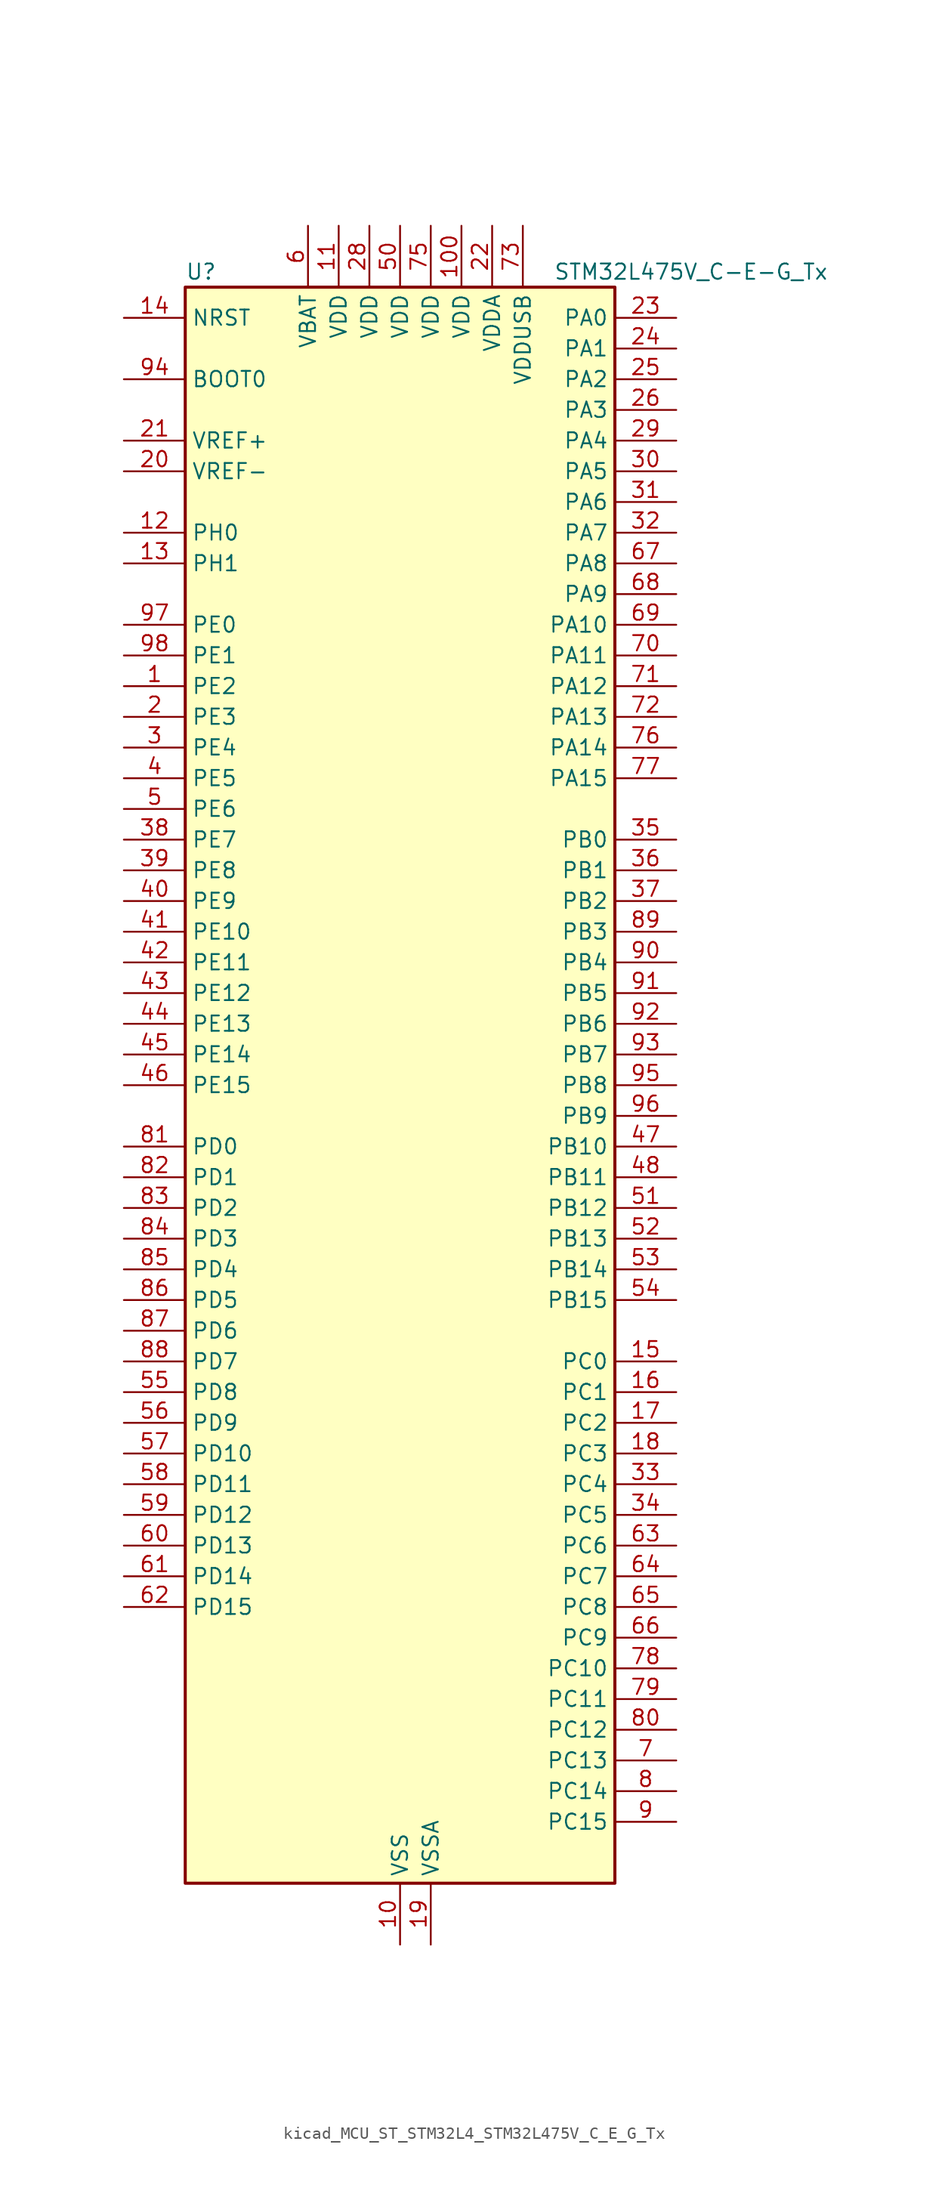
<source format=kicad_sym>
(kicad_symbol_lib
  (version 20220914)
  (generator kicad_symbol_editor)
  (symbol "kicad_MCU_ST_STM32L4_STM32L475V_C_E_G_Tx"
    (property "Reference" "U"
      (at -17.78 67.31 0)
      (effects (font (size 1.27 1.27)) (justify left)))
    (property "Value" "STM32L475V_C-E-G_Tx"
      (at 12.7 67.31 0)
      (effects (font (size 1.27 1.27)) (justify left)))
    (property "ki_locked" ""
      (at 0 0 0)
      (effects (font (size 1.27 1.27))))
    (symbol "kicad_MCU_ST_STM32L4_STM32L475V_C_E_G_Tx_0_1"
      (rectangle (start -17.78 -66.04) (end 17.78 66.04) (stroke (width 0.254) (type default)) (fill (type background))))
    (symbol "kicad_MCU_ST_STM32L4_STM32L475V_C_E_G_Tx_1_1"
      (pin bidirectional line (at -22.86 33.02 0) (length 5.08) (name "PE2" (effects (font (size 1.27 1.27)))) (number "1" (effects (font (size 1.27 1.27)))) (alternate "FMC_A23" bidirectional line) (alternate "SAI1_MCLK_A" bidirectional line) (alternate "SYS_TRACECLK" bidirectional line) (alternate "TIM3_ETR" bidirectional line) (alternate "TSC_G7_IO1" bidirectional line))
      (pin power_in line (at 0 -71.12 90) (length 5.08) (name "VSS" (effects (font (size 1.27 1.27)))) (number "10" (effects (font (size 1.27 1.27)))))
      (pin power_in line (at 5.08 71.12 270) (length 5.08) (name "VDD" (effects (font (size 1.27 1.27)))) (number "100" (effects (font (size 1.27 1.27)))))
      (pin power_in line (at -5.08 71.12 270) (length 5.08) (name "VDD" (effects (font (size 1.27 1.27)))) (number "11" (effects (font (size 1.27 1.27)))))
      (pin bidirectional line (at -22.86 45.72 0) (length 5.08) (name "PH0" (effects (font (size 1.27 1.27)))) (number "12" (effects (font (size 1.27 1.27)))) (alternate "RCC_OSC_IN" bidirectional line))
      (pin bidirectional line (at -22.86 43.18 0) (length 5.08) (name "PH1" (effects (font (size 1.27 1.27)))) (number "13" (effects (font (size 1.27 1.27)))) (alternate "RCC_OSC_OUT" bidirectional line))
      (pin input line (at -22.86 63.5 0) (length 5.08) (name "NRST" (effects (font (size 1.27 1.27)))) (number "14" (effects (font (size 1.27 1.27)))))
      (pin bidirectional line (at 22.86 -22.86 180) (length 5.08) (name "PC0" (effects (font (size 1.27 1.27)))) (number "15" (effects (font (size 1.27 1.27)))) (alternate "ADC1_IN1" bidirectional line) (alternate "ADC2_IN1" bidirectional line) (alternate "ADC3_IN1" bidirectional line) (alternate "DFSDM1_DATIN4" bidirectional line) (alternate "I2C3_SCL" bidirectional line) (alternate "LPTIM1_IN1" bidirectional line) (alternate "LPTIM2_IN1" bidirectional line) (alternate "LPUART1_RX" bidirectional line))
      (pin bidirectional line (at 22.86 -25.4 180) (length 5.08) (name "PC1" (effects (font (size 1.27 1.27)))) (number "16" (effects (font (size 1.27 1.27)))) (alternate "ADC1_IN2" bidirectional line) (alternate "ADC2_IN2" bidirectional line) (alternate "ADC3_IN2" bidirectional line) (alternate "DFSDM1_CKIN4" bidirectional line) (alternate "I2C3_SDA" bidirectional line) (alternate "LPTIM1_OUT" bidirectional line) (alternate "LPUART1_TX" bidirectional line))
      (pin bidirectional line (at 22.86 -27.94 180) (length 5.08) (name "PC2" (effects (font (size 1.27 1.27)))) (number "17" (effects (font (size 1.27 1.27)))) (alternate "ADC1_IN3" bidirectional line) (alternate "ADC2_IN3" bidirectional line) (alternate "ADC3_IN3" bidirectional line) (alternate "DFSDM1_CKOUT" bidirectional line) (alternate "LPTIM1_IN2" bidirectional line) (alternate "SPI2_MISO" bidirectional line))
      (pin bidirectional line (at 22.86 -30.48 180) (length 5.08) (name "PC3" (effects (font (size 1.27 1.27)))) (number "18" (effects (font (size 1.27 1.27)))) (alternate "ADC1_IN4" bidirectional line) (alternate "ADC2_IN4" bidirectional line) (alternate "ADC3_IN4" bidirectional line) (alternate "LPTIM1_ETR" bidirectional line) (alternate "LPTIM2_ETR" bidirectional line) (alternate "SAI1_SD_A" bidirectional line) (alternate "SPI2_MOSI" bidirectional line))
      (pin power_in line (at 2.54 -71.12 90) (length 5.08) (name "VSSA" (effects (font (size 1.27 1.27)))) (number "19" (effects (font (size 1.27 1.27)))))
      (pin bidirectional line (at -22.86 30.48 0) (length 5.08) (name "PE3" (effects (font (size 1.27 1.27)))) (number "2" (effects (font (size 1.27 1.27)))) (alternate "FMC_A19" bidirectional line) (alternate "SAI1_SD_B" bidirectional line) (alternate "SYS_TRACED0" bidirectional line) (alternate "TIM3_CH1" bidirectional line) (alternate "TSC_G7_IO2" bidirectional line))
      (pin input line (at -22.86 50.8 0) (length 5.08) (name "VREF-" (effects (font (size 1.27 1.27)))) (number "20" (effects (font (size 1.27 1.27)))))
      (pin input line (at -22.86 53.34 0) (length 5.08) (name "VREF+" (effects (font (size 1.27 1.27)))) (number "21" (effects (font (size 1.27 1.27)))) (alternate "VREFBUF_OUT" bidirectional line))
      (pin power_in line (at 7.62 71.12 270) (length 5.08) (name "VDDA" (effects (font (size 1.27 1.27)))) (number "22" (effects (font (size 1.27 1.27)))))
      (pin bidirectional line (at 22.86 63.5 180) (length 5.08) (name "PA0" (effects (font (size 1.27 1.27)))) (number "23" (effects (font (size 1.27 1.27)))) (alternate "ADC1_IN5" bidirectional line) (alternate "ADC2_IN5" bidirectional line) (alternate "OPAMP1_VINP" bidirectional line) (alternate "RTC_TAMP2" bidirectional line) (alternate "SAI1_EXTCLK" bidirectional line) (alternate "SYS_WKUP1" bidirectional line) (alternate "TIM2_CH1" bidirectional line) (alternate "TIM2_ETR" bidirectional line) (alternate "TIM5_CH1" bidirectional line) (alternate "TIM8_ETR" bidirectional line) (alternate "UART4_TX" bidirectional line) (alternate "USART2_CTS" bidirectional line))
      (pin bidirectional line (at 22.86 60.96 180) (length 5.08) (name "PA1" (effects (font (size 1.27 1.27)))) (number "24" (effects (font (size 1.27 1.27)))) (alternate "ADC1_IN6" bidirectional line) (alternate "ADC2_IN6" bidirectional line) (alternate "OPAMP1_VINM" bidirectional line) (alternate "TIM15_CH1N" bidirectional line) (alternate "TIM2_CH2" bidirectional line) (alternate "TIM5_CH2" bidirectional line) (alternate "UART4_RX" bidirectional line) (alternate "USART2_DE" bidirectional line) (alternate "USART2_RTS" bidirectional line))
      (pin bidirectional line (at 22.86 58.42 180) (length 5.08) (name "PA2" (effects (font (size 1.27 1.27)))) (number "25" (effects (font (size 1.27 1.27)))) (alternate "ADC1_IN7" bidirectional line) (alternate "ADC2_IN7" bidirectional line) (alternate "RCC_LSCO" bidirectional line) (alternate "SAI2_EXTCLK" bidirectional line) (alternate "SYS_WKUP4" bidirectional line) (alternate "TIM15_CH1" bidirectional line) (alternate "TIM2_CH3" bidirectional line) (alternate "TIM5_CH3" bidirectional line) (alternate "USART2_TX" bidirectional line))
      (pin bidirectional line (at 22.86 55.88 180) (length 5.08) (name "PA3" (effects (font (size 1.27 1.27)))) (number "26" (effects (font (size 1.27 1.27)))) (alternate "ADC1_IN8" bidirectional line) (alternate "ADC2_IN8" bidirectional line) (alternate "OPAMP1_VOUT" bidirectional line) (alternate "TIM15_CH2" bidirectional line) (alternate "TIM2_CH4" bidirectional line) (alternate "TIM5_CH4" bidirectional line) (alternate "USART2_RX" bidirectional line))
      (pin passive line (at 0 -71.12 90) (length 5.08) hide (name "VSS" (effects (font (size 1.27 1.27)))) (number "27" (effects (font (size 1.27 1.27)))))
      (pin power_in line (at -2.54 71.12 270) (length 5.08) (name "VDD" (effects (font (size 1.27 1.27)))) (number "28" (effects (font (size 1.27 1.27)))))
      (pin bidirectional line (at 22.86 53.34 180) (length 5.08) (name "PA4" (effects (font (size 1.27 1.27)))) (number "29" (effects (font (size 1.27 1.27)))) (alternate "ADC1_IN9" bidirectional line) (alternate "ADC2_IN9" bidirectional line) (alternate "DAC1_OUT1" bidirectional line) (alternate "LPTIM2_OUT" bidirectional line) (alternate "SAI1_FS_B" bidirectional line) (alternate "SPI1_NSS" bidirectional line) (alternate "SPI3_NSS" bidirectional line) (alternate "USART2_CK" bidirectional line))
      (pin bidirectional line (at -22.86 27.94 0) (length 5.08) (name "PE4" (effects (font (size 1.27 1.27)))) (number "3" (effects (font (size 1.27 1.27)))) (alternate "DFSDM1_DATIN3" bidirectional line) (alternate "FMC_A20" bidirectional line) (alternate "SAI1_FS_A" bidirectional line) (alternate "SYS_TRACED1" bidirectional line) (alternate "TIM3_CH2" bidirectional line) (alternate "TSC_G7_IO3" bidirectional line))
      (pin bidirectional line (at 22.86 50.8 180) (length 5.08) (name "PA5" (effects (font (size 1.27 1.27)))) (number "30" (effects (font (size 1.27 1.27)))) (alternate "ADC1_IN10" bidirectional line) (alternate "ADC2_IN10" bidirectional line) (alternate "DAC1_OUT2" bidirectional line) (alternate "LPTIM2_ETR" bidirectional line) (alternate "SPI1_SCK" bidirectional line) (alternate "TIM2_CH1" bidirectional line) (alternate "TIM2_ETR" bidirectional line) (alternate "TIM8_CH1N" bidirectional line))
      (pin bidirectional line (at 22.86 48.26 180) (length 5.08) (name "PA6" (effects (font (size 1.27 1.27)))) (number "31" (effects (font (size 1.27 1.27)))) (alternate "ADC1_IN11" bidirectional line) (alternate "ADC2_IN11" bidirectional line) (alternate "OPAMP2_VINP" bidirectional line) (alternate "QUADSPI_BK1_IO3" bidirectional line) (alternate "SPI1_MISO" bidirectional line) (alternate "TIM16_CH1" bidirectional line) (alternate "TIM1_BKIN" bidirectional line) (alternate "TIM1_BKIN_COMP2" bidirectional line) (alternate "TIM3_CH1" bidirectional line) (alternate "TIM8_BKIN" bidirectional line) (alternate "TIM8_BKIN_COMP2" bidirectional line) (alternate "USART3_CTS" bidirectional line))
      (pin bidirectional line (at 22.86 45.72 180) (length 5.08) (name "PA7" (effects (font (size 1.27 1.27)))) (number "32" (effects (font (size 1.27 1.27)))) (alternate "ADC1_IN12" bidirectional line) (alternate "ADC2_IN12" bidirectional line) (alternate "OPAMP2_VINM" bidirectional line) (alternate "QUADSPI_BK1_IO2" bidirectional line) (alternate "SPI1_MOSI" bidirectional line) (alternate "TIM17_CH1" bidirectional line) (alternate "TIM1_CH1N" bidirectional line) (alternate "TIM3_CH2" bidirectional line) (alternate "TIM8_CH1N" bidirectional line))
      (pin bidirectional line (at 22.86 -33.02 180) (length 5.08) (name "PC4" (effects (font (size 1.27 1.27)))) (number "33" (effects (font (size 1.27 1.27)))) (alternate "ADC1_IN13" bidirectional line) (alternate "ADC2_IN13" bidirectional line) (alternate "COMP1_INM" bidirectional line) (alternate "USART3_TX" bidirectional line))
      (pin bidirectional line (at 22.86 -35.56 180) (length 5.08) (name "PC5" (effects (font (size 1.27 1.27)))) (number "34" (effects (font (size 1.27 1.27)))) (alternate "ADC1_IN14" bidirectional line) (alternate "ADC2_IN14" bidirectional line) (alternate "COMP1_INP" bidirectional line) (alternate "SYS_WKUP5" bidirectional line) (alternate "USART3_RX" bidirectional line))
      (pin bidirectional line (at 22.86 20.32 180) (length 5.08) (name "PB0" (effects (font (size 1.27 1.27)))) (number "35" (effects (font (size 1.27 1.27)))) (alternate "ADC1_IN15" bidirectional line) (alternate "ADC2_IN15" bidirectional line) (alternate "COMP1_OUT" bidirectional line) (alternate "OPAMP2_VOUT" bidirectional line) (alternate "QUADSPI_BK1_IO1" bidirectional line) (alternate "TIM1_CH2N" bidirectional line) (alternate "TIM3_CH3" bidirectional line) (alternate "TIM8_CH2N" bidirectional line) (alternate "USART3_CK" bidirectional line))
      (pin bidirectional line (at 22.86 17.78 180) (length 5.08) (name "PB1" (effects (font (size 1.27 1.27)))) (number "36" (effects (font (size 1.27 1.27)))) (alternate "ADC1_IN16" bidirectional line) (alternate "ADC2_IN16" bidirectional line) (alternate "COMP1_INM" bidirectional line) (alternate "DFSDM1_DATIN0" bidirectional line) (alternate "LPTIM2_IN1" bidirectional line) (alternate "QUADSPI_BK1_IO0" bidirectional line) (alternate "TIM1_CH3N" bidirectional line) (alternate "TIM3_CH4" bidirectional line) (alternate "TIM8_CH3N" bidirectional line) (alternate "USART3_DE" bidirectional line) (alternate "USART3_RTS" bidirectional line))
      (pin bidirectional line (at 22.86 15.24 180) (length 5.08) (name "PB2" (effects (font (size 1.27 1.27)))) (number "37" (effects (font (size 1.27 1.27)))) (alternate "COMP1_INP" bidirectional line) (alternate "DFSDM1_CKIN0" bidirectional line) (alternate "I2C3_SMBA" bidirectional line) (alternate "LPTIM1_OUT" bidirectional line) (alternate "RTC_OUT_ALARM" bidirectional line) (alternate "RTC_OUT_CALIB" bidirectional line))
      (pin bidirectional line (at -22.86 20.32 0) (length 5.08) (name "PE7" (effects (font (size 1.27 1.27)))) (number "38" (effects (font (size 1.27 1.27)))) (alternate "DFSDM1_DATIN2" bidirectional line) (alternate "FMC_D4" bidirectional line) (alternate "FMC_DA4" bidirectional line) (alternate "SAI1_SD_B" bidirectional line) (alternate "TIM1_ETR" bidirectional line))
      (pin bidirectional line (at -22.86 17.78 0) (length 5.08) (name "PE8" (effects (font (size 1.27 1.27)))) (number "39" (effects (font (size 1.27 1.27)))) (alternate "DFSDM1_CKIN2" bidirectional line) (alternate "FMC_D5" bidirectional line) (alternate "FMC_DA5" bidirectional line) (alternate "SAI1_SCK_B" bidirectional line) (alternate "TIM1_CH1N" bidirectional line))
      (pin bidirectional line (at -22.86 25.4 0) (length 5.08) (name "PE5" (effects (font (size 1.27 1.27)))) (number "4" (effects (font (size 1.27 1.27)))) (alternate "DFSDM1_CKIN3" bidirectional line) (alternate "FMC_A21" bidirectional line) (alternate "SAI1_SCK_A" bidirectional line) (alternate "SYS_TRACED2" bidirectional line) (alternate "TIM3_CH3" bidirectional line) (alternate "TSC_G7_IO4" bidirectional line))
      (pin bidirectional line (at -22.86 15.24 0) (length 5.08) (name "PE9" (effects (font (size 1.27 1.27)))) (number "40" (effects (font (size 1.27 1.27)))) (alternate "DAC1_EXTI9" bidirectional line) (alternate "DFSDM1_CKOUT" bidirectional line) (alternate "FMC_D6" bidirectional line) (alternate "FMC_DA6" bidirectional line) (alternate "SAI1_FS_B" bidirectional line) (alternate "TIM1_CH1" bidirectional line))
      (pin bidirectional line (at -22.86 12.7 0) (length 5.08) (name "PE10" (effects (font (size 1.27 1.27)))) (number "41" (effects (font (size 1.27 1.27)))) (alternate "DFSDM1_DATIN4" bidirectional line) (alternate "FMC_D7" bidirectional line) (alternate "FMC_DA7" bidirectional line) (alternate "QUADSPI_CLK" bidirectional line) (alternate "SAI1_MCLK_B" bidirectional line) (alternate "TIM1_CH2N" bidirectional line) (alternate "TSC_G5_IO1" bidirectional line))
      (pin bidirectional line (at -22.86 10.16 0) (length 5.08) (name "PE11" (effects (font (size 1.27 1.27)))) (number "42" (effects (font (size 1.27 1.27)))) (alternate "ADC1_EXTI11" bidirectional line) (alternate "ADC2_EXTI11" bidirectional line) (alternate "ADC3_EXTI11" bidirectional line) (alternate "DFSDM1_CKIN4" bidirectional line) (alternate "FMC_D8" bidirectional line) (alternate "FMC_DA8" bidirectional line) (alternate "QUADSPI_NCS" bidirectional line) (alternate "TIM1_CH2" bidirectional line) (alternate "TSC_G5_IO2" bidirectional line))
      (pin bidirectional line (at -22.86 7.62 0) (length 5.08) (name "PE12" (effects (font (size 1.27 1.27)))) (number "43" (effects (font (size 1.27 1.27)))) (alternate "DFSDM1_DATIN5" bidirectional line) (alternate "FMC_D9" bidirectional line) (alternate "FMC_DA9" bidirectional line) (alternate "QUADSPI_BK1_IO0" bidirectional line) (alternate "SPI1_NSS" bidirectional line) (alternate "TIM1_CH3N" bidirectional line) (alternate "TSC_G5_IO3" bidirectional line))
      (pin bidirectional line (at -22.86 5.08 0) (length 5.08) (name "PE13" (effects (font (size 1.27 1.27)))) (number "44" (effects (font (size 1.27 1.27)))) (alternate "DFSDM1_CKIN5" bidirectional line) (alternate "FMC_D10" bidirectional line) (alternate "FMC_DA10" bidirectional line) (alternate "QUADSPI_BK1_IO1" bidirectional line) (alternate "SPI1_SCK" bidirectional line) (alternate "TIM1_CH3" bidirectional line) (alternate "TSC_G5_IO4" bidirectional line))
      (pin bidirectional line (at -22.86 2.54 0) (length 5.08) (name "PE14" (effects (font (size 1.27 1.27)))) (number "45" (effects (font (size 1.27 1.27)))) (alternate "FMC_D11" bidirectional line) (alternate "FMC_DA11" bidirectional line) (alternate "QUADSPI_BK1_IO2" bidirectional line) (alternate "SPI1_MISO" bidirectional line) (alternate "TIM1_BKIN2" bidirectional line) (alternate "TIM1_BKIN2_COMP2" bidirectional line) (alternate "TIM1_CH4" bidirectional line))
      (pin bidirectional line (at -22.86 0 0) (length 5.08) (name "PE15" (effects (font (size 1.27 1.27)))) (number "46" (effects (font (size 1.27 1.27)))) (alternate "ADC1_EXTI15" bidirectional line) (alternate "ADC2_EXTI15" bidirectional line) (alternate "ADC3_EXTI15" bidirectional line) (alternate "FMC_D12" bidirectional line) (alternate "FMC_DA12" bidirectional line) (alternate "QUADSPI_BK1_IO3" bidirectional line) (alternate "SPI1_MOSI" bidirectional line) (alternate "TIM1_BKIN" bidirectional line) (alternate "TIM1_BKIN_COMP1" bidirectional line))
      (pin bidirectional line (at 22.86 -5.08 180) (length 5.08) (name "PB10" (effects (font (size 1.27 1.27)))) (number "47" (effects (font (size 1.27 1.27)))) (alternate "COMP1_OUT" bidirectional line) (alternate "DFSDM1_DATIN7" bidirectional line) (alternate "I2C2_SCL" bidirectional line) (alternate "LPUART1_RX" bidirectional line) (alternate "QUADSPI_CLK" bidirectional line) (alternate "SAI1_SCK_A" bidirectional line) (alternate "SPI2_SCK" bidirectional line) (alternate "TIM2_CH3" bidirectional line) (alternate "USART3_TX" bidirectional line))
      (pin bidirectional line (at 22.86 -7.62 180) (length 5.08) (name "PB11" (effects (font (size 1.27 1.27)))) (number "48" (effects (font (size 1.27 1.27)))) (alternate "ADC1_EXTI11" bidirectional line) (alternate "ADC2_EXTI11" bidirectional line) (alternate "ADC3_EXTI11" bidirectional line) (alternate "COMP2_OUT" bidirectional line) (alternate "DFSDM1_CKIN7" bidirectional line) (alternate "I2C2_SDA" bidirectional line) (alternate "LPUART1_TX" bidirectional line) (alternate "QUADSPI_NCS" bidirectional line) (alternate "TIM2_CH4" bidirectional line) (alternate "USART3_RX" bidirectional line))
      (pin passive line (at 0 -71.12 90) (length 5.08) hide (name "VSS" (effects (font (size 1.27 1.27)))) (number "49" (effects (font (size 1.27 1.27)))))
      (pin bidirectional line (at -22.86 22.86 0) (length 5.08) (name "PE6" (effects (font (size 1.27 1.27)))) (number "5" (effects (font (size 1.27 1.27)))) (alternate "FMC_A22" bidirectional line) (alternate "RTC_TAMP3" bidirectional line) (alternate "SAI1_SD_A" bidirectional line) (alternate "SYS_TRACED3" bidirectional line) (alternate "SYS_WKUP3" bidirectional line) (alternate "TIM3_CH4" bidirectional line))
      (pin power_in line (at 0 71.12 270) (length 5.08) (name "VDD" (effects (font (size 1.27 1.27)))) (number "50" (effects (font (size 1.27 1.27)))))
      (pin bidirectional line (at 22.86 -10.16 180) (length 5.08) (name "PB12" (effects (font (size 1.27 1.27)))) (number "51" (effects (font (size 1.27 1.27)))) (alternate "DFSDM1_DATIN1" bidirectional line) (alternate "I2C2_SMBA" bidirectional line) (alternate "LPUART1_DE" bidirectional line) (alternate "LPUART1_RTS" bidirectional line) (alternate "SAI2_FS_A" bidirectional line) (alternate "SPI2_NSS" bidirectional line) (alternate "SWPMI1_IO" bidirectional line) (alternate "TIM15_BKIN" bidirectional line) (alternate "TIM1_BKIN" bidirectional line) (alternate "TIM1_BKIN_COMP2" bidirectional line) (alternate "TSC_G1_IO1" bidirectional line) (alternate "USART3_CK" bidirectional line))
      (pin bidirectional line (at 22.86 -12.7 180) (length 5.08) (name "PB13" (effects (font (size 1.27 1.27)))) (number "52" (effects (font (size 1.27 1.27)))) (alternate "DFSDM1_CKIN1" bidirectional line) (alternate "I2C2_SCL" bidirectional line) (alternate "LPUART1_CTS" bidirectional line) (alternate "SAI2_SCK_A" bidirectional line) (alternate "SPI2_SCK" bidirectional line) (alternate "SWPMI1_TX" bidirectional line) (alternate "TIM15_CH1N" bidirectional line) (alternate "TIM1_CH1N" bidirectional line) (alternate "TSC_G1_IO2" bidirectional line) (alternate "USART3_CTS" bidirectional line))
      (pin bidirectional line (at 22.86 -15.24 180) (length 5.08) (name "PB14" (effects (font (size 1.27 1.27)))) (number "53" (effects (font (size 1.27 1.27)))) (alternate "DFSDM1_DATIN2" bidirectional line) (alternate "I2C2_SDA" bidirectional line) (alternate "SAI2_MCLK_A" bidirectional line) (alternate "SPI2_MISO" bidirectional line) (alternate "SWPMI1_RX" bidirectional line) (alternate "TIM15_CH1" bidirectional line) (alternate "TIM1_CH2N" bidirectional line) (alternate "TIM8_CH2N" bidirectional line) (alternate "TSC_G1_IO3" bidirectional line) (alternate "USART3_DE" bidirectional line) (alternate "USART3_RTS" bidirectional line))
      (pin bidirectional line (at 22.86 -17.78 180) (length 5.08) (name "PB15" (effects (font (size 1.27 1.27)))) (number "54" (effects (font (size 1.27 1.27)))) (alternate "ADC1_EXTI15" bidirectional line) (alternate "ADC2_EXTI15" bidirectional line) (alternate "ADC3_EXTI15" bidirectional line) (alternate "DFSDM1_CKIN2" bidirectional line) (alternate "RTC_REFIN" bidirectional line) (alternate "SAI2_SD_A" bidirectional line) (alternate "SPI2_MOSI" bidirectional line) (alternate "SWPMI1_SUSPEND" bidirectional line) (alternate "TIM15_CH2" bidirectional line) (alternate "TIM1_CH3N" bidirectional line) (alternate "TIM8_CH3N" bidirectional line) (alternate "TSC_G1_IO4" bidirectional line))
      (pin bidirectional line (at -22.86 -25.4 0) (length 5.08) (name "PD8" (effects (font (size 1.27 1.27)))) (number "55" (effects (font (size 1.27 1.27)))) (alternate "FMC_D13" bidirectional line) (alternate "FMC_DA13" bidirectional line) (alternate "USART3_TX" bidirectional line))
      (pin bidirectional line (at -22.86 -27.94 0) (length 5.08) (name "PD9" (effects (font (size 1.27 1.27)))) (number "56" (effects (font (size 1.27 1.27)))) (alternate "DAC1_EXTI9" bidirectional line) (alternate "FMC_D14" bidirectional line) (alternate "FMC_DA14" bidirectional line) (alternate "SAI2_MCLK_A" bidirectional line) (alternate "USART3_RX" bidirectional line))
      (pin bidirectional line (at -22.86 -30.48 0) (length 5.08) (name "PD10" (effects (font (size 1.27 1.27)))) (number "57" (effects (font (size 1.27 1.27)))) (alternate "FMC_D15" bidirectional line) (alternate "FMC_DA15" bidirectional line) (alternate "SAI2_SCK_A" bidirectional line) (alternate "TSC_G6_IO1" bidirectional line) (alternate "USART3_CK" bidirectional line))
      (pin bidirectional line (at -22.86 -33.02 0) (length 5.08) (name "PD11" (effects (font (size 1.27 1.27)))) (number "58" (effects (font (size 1.27 1.27)))) (alternate "ADC1_EXTI11" bidirectional line) (alternate "ADC2_EXTI11" bidirectional line) (alternate "ADC3_EXTI11" bidirectional line) (alternate "FMC_A16" bidirectional line) (alternate "FMC_CLE" bidirectional line) (alternate "LPTIM2_ETR" bidirectional line) (alternate "SAI2_SD_A" bidirectional line) (alternate "TSC_G6_IO2" bidirectional line) (alternate "USART3_CTS" bidirectional line))
      (pin bidirectional line (at -22.86 -35.56 0) (length 5.08) (name "PD12" (effects (font (size 1.27 1.27)))) (number "59" (effects (font (size 1.27 1.27)))) (alternate "FMC_A17" bidirectional line) (alternate "FMC_ALE" bidirectional line) (alternate "LPTIM2_IN1" bidirectional line) (alternate "SAI2_FS_A" bidirectional line) (alternate "TIM4_CH1" bidirectional line) (alternate "TSC_G6_IO3" bidirectional line) (alternate "USART3_DE" bidirectional line) (alternate "USART3_RTS" bidirectional line))
      (pin power_in line (at -7.62 71.12 270) (length 5.08) (name "VBAT" (effects (font (size 1.27 1.27)))) (number "6" (effects (font (size 1.27 1.27)))))
      (pin bidirectional line (at -22.86 -38.1 0) (length 5.08) (name "PD13" (effects (font (size 1.27 1.27)))) (number "60" (effects (font (size 1.27 1.27)))) (alternate "FMC_A18" bidirectional line) (alternate "LPTIM2_OUT" bidirectional line) (alternate "TIM4_CH2" bidirectional line) (alternate "TSC_G6_IO4" bidirectional line))
      (pin bidirectional line (at -22.86 -40.64 0) (length 5.08) (name "PD14" (effects (font (size 1.27 1.27)))) (number "61" (effects (font (size 1.27 1.27)))) (alternate "FMC_D0" bidirectional line) (alternate "FMC_DA0" bidirectional line) (alternate "TIM4_CH3" bidirectional line))
      (pin bidirectional line (at -22.86 -43.18 0) (length 5.08) (name "PD15" (effects (font (size 1.27 1.27)))) (number "62" (effects (font (size 1.27 1.27)))) (alternate "ADC1_EXTI15" bidirectional line) (alternate "ADC2_EXTI15" bidirectional line) (alternate "ADC3_EXTI15" bidirectional line) (alternate "FMC_D1" bidirectional line) (alternate "FMC_DA1" bidirectional line) (alternate "TIM4_CH4" bidirectional line))
      (pin bidirectional line (at 22.86 -38.1 180) (length 5.08) (name "PC6" (effects (font (size 1.27 1.27)))) (number "63" (effects (font (size 1.27 1.27)))) (alternate "DFSDM1_CKIN3" bidirectional line) (alternate "SAI2_MCLK_A" bidirectional line) (alternate "SDMMC1_D6" bidirectional line) (alternate "TIM3_CH1" bidirectional line) (alternate "TIM8_CH1" bidirectional line) (alternate "TSC_G4_IO1" bidirectional line))
      (pin bidirectional line (at 22.86 -40.64 180) (length 5.08) (name "PC7" (effects (font (size 1.27 1.27)))) (number "64" (effects (font (size 1.27 1.27)))) (alternate "DFSDM1_DATIN3" bidirectional line) (alternate "SAI2_MCLK_B" bidirectional line) (alternate "SDMMC1_D7" bidirectional line) (alternate "TIM3_CH2" bidirectional line) (alternate "TIM8_CH2" bidirectional line) (alternate "TSC_G4_IO2" bidirectional line))
      (pin bidirectional line (at 22.86 -43.18 180) (length 5.08) (name "PC8" (effects (font (size 1.27 1.27)))) (number "65" (effects (font (size 1.27 1.27)))) (alternate "SDMMC1_D0" bidirectional line) (alternate "TIM3_CH3" bidirectional line) (alternate "TIM8_CH3" bidirectional line) (alternate "TSC_G4_IO3" bidirectional line))
      (pin bidirectional line (at 22.86 -45.72 180) (length 5.08) (name "PC9" (effects (font (size 1.27 1.27)))) (number "66" (effects (font (size 1.27 1.27)))) (alternate "DAC1_EXTI9" bidirectional line) (alternate "SAI2_EXTCLK" bidirectional line) (alternate "SDMMC1_D1" bidirectional line) (alternate "TIM3_CH4" bidirectional line) (alternate "TIM8_BKIN2" bidirectional line) (alternate "TIM8_BKIN2_COMP1" bidirectional line) (alternate "TIM8_CH4" bidirectional line) (alternate "TSC_G4_IO4" bidirectional line) (alternate "USB_OTG_FS_NOE" bidirectional line))
      (pin bidirectional line (at 22.86 43.18 180) (length 5.08) (name "PA8" (effects (font (size 1.27 1.27)))) (number "67" (effects (font (size 1.27 1.27)))) (alternate "LPTIM2_OUT" bidirectional line) (alternate "RCC_MCO" bidirectional line) (alternate "TIM1_CH1" bidirectional line) (alternate "USART1_CK" bidirectional line) (alternate "USB_OTG_FS_SOF" bidirectional line))
      (pin bidirectional line (at 22.86 40.64 180) (length 5.08) (name "PA9" (effects (font (size 1.27 1.27)))) (number "68" (effects (font (size 1.27 1.27)))) (alternate "DAC1_EXTI9" bidirectional line) (alternate "TIM15_BKIN" bidirectional line) (alternate "TIM1_CH2" bidirectional line) (alternate "USART1_TX" bidirectional line) (alternate "USB_OTG_FS_VBUS" bidirectional line))
      (pin bidirectional line (at 22.86 38.1 180) (length 5.08) (name "PA10" (effects (font (size 1.27 1.27)))) (number "69" (effects (font (size 1.27 1.27)))) (alternate "TIM17_BKIN" bidirectional line) (alternate "TIM1_CH3" bidirectional line) (alternate "USART1_RX" bidirectional line) (alternate "USB_OTG_FS_ID" bidirectional line))
      (pin bidirectional line (at 22.86 -55.88 180) (length 5.08) (name "PC13" (effects (font (size 1.27 1.27)))) (number "7" (effects (font (size 1.27 1.27)))) (alternate "RTC_OUT_ALARM" bidirectional line) (alternate "RTC_OUT_CALIB" bidirectional line) (alternate "RTC_TAMP1" bidirectional line) (alternate "RTC_TS" bidirectional line) (alternate "SYS_WKUP2" bidirectional line))
      (pin bidirectional line (at 22.86 35.56 180) (length 5.08) (name "PA11" (effects (font (size 1.27 1.27)))) (number "70" (effects (font (size 1.27 1.27)))) (alternate "ADC1_EXTI11" bidirectional line) (alternate "ADC2_EXTI11" bidirectional line) (alternate "ADC3_EXTI11" bidirectional line) (alternate "CAN1_RX" bidirectional line) (alternate "TIM1_BKIN2" bidirectional line) (alternate "TIM1_BKIN2_COMP1" bidirectional line) (alternate "TIM1_CH4" bidirectional line) (alternate "USART1_CTS" bidirectional line) (alternate "USB_OTG_FS_DM" bidirectional line))
      (pin bidirectional line (at 22.86 33.02 180) (length 5.08) (name "PA12" (effects (font (size 1.27 1.27)))) (number "71" (effects (font (size 1.27 1.27)))) (alternate "CAN1_TX" bidirectional line) (alternate "TIM1_ETR" bidirectional line) (alternate "USART1_DE" bidirectional line) (alternate "USART1_RTS" bidirectional line) (alternate "USB_OTG_FS_DP" bidirectional line))
      (pin bidirectional line (at 22.86 30.48 180) (length 5.08) (name "PA13" (effects (font (size 1.27 1.27)))) (number "72" (effects (font (size 1.27 1.27)))) (alternate "IR_OUT" bidirectional line) (alternate "SYS_JTMS-SWDIO" bidirectional line) (alternate "USB_OTG_FS_NOE" bidirectional line))
      (pin power_in line (at 10.16 71.12 270) (length 5.08) (name "VDDUSB" (effects (font (size 1.27 1.27)))) (number "73" (effects (font (size 1.27 1.27)))))
      (pin passive line (at 0 -71.12 90) (length 5.08) hide (name "VSS" (effects (font (size 1.27 1.27)))) (number "74" (effects (font (size 1.27 1.27)))))
      (pin power_in line (at 2.54 71.12 270) (length 5.08) (name "VDD" (effects (font (size 1.27 1.27)))) (number "75" (effects (font (size 1.27 1.27)))))
      (pin bidirectional line (at 22.86 27.94 180) (length 5.08) (name "PA14" (effects (font (size 1.27 1.27)))) (number "76" (effects (font (size 1.27 1.27)))) (alternate "SYS_JTCK-SWCLK" bidirectional line))
      (pin bidirectional line (at 22.86 25.4 180) (length 5.08) (name "PA15" (effects (font (size 1.27 1.27)))) (number "77" (effects (font (size 1.27 1.27)))) (alternate "ADC1_EXTI15" bidirectional line) (alternate "ADC2_EXTI15" bidirectional line) (alternate "ADC3_EXTI15" bidirectional line) (alternate "SAI2_FS_B" bidirectional line) (alternate "SPI1_NSS" bidirectional line) (alternate "SPI3_NSS" bidirectional line) (alternate "SYS_JTDI" bidirectional line) (alternate "TIM2_CH1" bidirectional line) (alternate "TIM2_ETR" bidirectional line) (alternate "TSC_G3_IO1" bidirectional line) (alternate "UART4_DE" bidirectional line) (alternate "UART4_RTS" bidirectional line))
      (pin bidirectional line (at 22.86 -48.26 180) (length 5.08) (name "PC10" (effects (font (size 1.27 1.27)))) (number "78" (effects (font (size 1.27 1.27)))) (alternate "SAI2_SCK_B" bidirectional line) (alternate "SDMMC1_D2" bidirectional line) (alternate "SPI3_SCK" bidirectional line) (alternate "TSC_G3_IO2" bidirectional line) (alternate "UART4_TX" bidirectional line) (alternate "USART3_TX" bidirectional line))
      (pin bidirectional line (at 22.86 -50.8 180) (length 5.08) (name "PC11" (effects (font (size 1.27 1.27)))) (number "79" (effects (font (size 1.27 1.27)))) (alternate "ADC1_EXTI11" bidirectional line) (alternate "ADC2_EXTI11" bidirectional line) (alternate "ADC3_EXTI11" bidirectional line) (alternate "SAI2_MCLK_B" bidirectional line) (alternate "SDMMC1_D3" bidirectional line) (alternate "SPI3_MISO" bidirectional line) (alternate "TSC_G3_IO3" bidirectional line) (alternate "UART4_RX" bidirectional line) (alternate "USART3_RX" bidirectional line))
      (pin bidirectional line (at 22.86 -58.42 180) (length 5.08) (name "PC14" (effects (font (size 1.27 1.27)))) (number "8" (effects (font (size 1.27 1.27)))) (alternate "RCC_OSC32_IN" bidirectional line))
      (pin bidirectional line (at 22.86 -53.34 180) (length 5.08) (name "PC12" (effects (font (size 1.27 1.27)))) (number "80" (effects (font (size 1.27 1.27)))) (alternate "SAI2_SD_B" bidirectional line) (alternate "SDMMC1_CK" bidirectional line) (alternate "SPI3_MOSI" bidirectional line) (alternate "TSC_G3_IO4" bidirectional line) (alternate "UART5_TX" bidirectional line) (alternate "USART3_CK" bidirectional line))
      (pin bidirectional line (at -22.86 -5.08 0) (length 5.08) (name "PD0" (effects (font (size 1.27 1.27)))) (number "81" (effects (font (size 1.27 1.27)))) (alternate "CAN1_RX" bidirectional line) (alternate "DFSDM1_DATIN7" bidirectional line) (alternate "FMC_D2" bidirectional line) (alternate "FMC_DA2" bidirectional line) (alternate "SPI2_NSS" bidirectional line))
      (pin bidirectional line (at -22.86 -7.62 0) (length 5.08) (name "PD1" (effects (font (size 1.27 1.27)))) (number "82" (effects (font (size 1.27 1.27)))) (alternate "CAN1_TX" bidirectional line) (alternate "DFSDM1_CKIN7" bidirectional line) (alternate "FMC_D3" bidirectional line) (alternate "FMC_DA3" bidirectional line) (alternate "SPI2_SCK" bidirectional line))
      (pin bidirectional line (at -22.86 -10.16 0) (length 5.08) (name "PD2" (effects (font (size 1.27 1.27)))) (number "83" (effects (font (size 1.27 1.27)))) (alternate "SDMMC1_CMD" bidirectional line) (alternate "TIM3_ETR" bidirectional line) (alternate "TSC_SYNC" bidirectional line) (alternate "UART5_RX" bidirectional line) (alternate "USART3_DE" bidirectional line) (alternate "USART3_RTS" bidirectional line))
      (pin bidirectional line (at -22.86 -12.7 0) (length 5.08) (name "PD3" (effects (font (size 1.27 1.27)))) (number "84" (effects (font (size 1.27 1.27)))) (alternate "DFSDM1_DATIN0" bidirectional line) (alternate "FMC_CLK" bidirectional line) (alternate "SPI2_MISO" bidirectional line) (alternate "USART2_CTS" bidirectional line))
      (pin bidirectional line (at -22.86 -15.24 0) (length 5.08) (name "PD4" (effects (font (size 1.27 1.27)))) (number "85" (effects (font (size 1.27 1.27)))) (alternate "DFSDM1_CKIN0" bidirectional line) (alternate "FMC_NOE" bidirectional line) (alternate "SPI2_MOSI" bidirectional line) (alternate "USART2_DE" bidirectional line) (alternate "USART2_RTS" bidirectional line))
      (pin bidirectional line (at -22.86 -17.78 0) (length 5.08) (name "PD5" (effects (font (size 1.27 1.27)))) (number "86" (effects (font (size 1.27 1.27)))) (alternate "FMC_NWE" bidirectional line) (alternate "USART2_TX" bidirectional line))
      (pin bidirectional line (at -22.86 -20.32 0) (length 5.08) (name "PD6" (effects (font (size 1.27 1.27)))) (number "87" (effects (font (size 1.27 1.27)))) (alternate "DFSDM1_DATIN1" bidirectional line) (alternate "FMC_NWAIT" bidirectional line) (alternate "SAI1_SD_A" bidirectional line) (alternate "USART2_RX" bidirectional line))
      (pin bidirectional line (at -22.86 -22.86 0) (length 5.08) (name "PD7" (effects (font (size 1.27 1.27)))) (number "88" (effects (font (size 1.27 1.27)))) (alternate "DFSDM1_CKIN1" bidirectional line) (alternate "FMC_NE1" bidirectional line) (alternate "USART2_CK" bidirectional line))
      (pin bidirectional line (at 22.86 12.7 180) (length 5.08) (name "PB3" (effects (font (size 1.27 1.27)))) (number "89" (effects (font (size 1.27 1.27)))) (alternate "COMP2_INM" bidirectional line) (alternate "SAI1_SCK_B" bidirectional line) (alternate "SPI1_SCK" bidirectional line) (alternate "SPI3_SCK" bidirectional line) (alternate "SYS_JTDO-SWO" bidirectional line) (alternate "TIM2_CH2" bidirectional line) (alternate "USART1_DE" bidirectional line) (alternate "USART1_RTS" bidirectional line))
      (pin bidirectional line (at 22.86 -60.96 180) (length 5.08) (name "PC15" (effects (font (size 1.27 1.27)))) (number "9" (effects (font (size 1.27 1.27)))) (alternate "ADC1_EXTI15" bidirectional line) (alternate "ADC2_EXTI15" bidirectional line) (alternate "ADC3_EXTI15" bidirectional line) (alternate "RCC_OSC32_OUT" bidirectional line))
      (pin bidirectional line (at 22.86 10.16 180) (length 5.08) (name "PB4" (effects (font (size 1.27 1.27)))) (number "90" (effects (font (size 1.27 1.27)))) (alternate "COMP2_INP" bidirectional line) (alternate "SAI1_MCLK_B" bidirectional line) (alternate "SPI1_MISO" bidirectional line) (alternate "SPI3_MISO" bidirectional line) (alternate "SYS_JTRST" bidirectional line) (alternate "TIM17_BKIN" bidirectional line) (alternate "TIM3_CH1" bidirectional line) (alternate "TSC_G2_IO1" bidirectional line) (alternate "UART5_DE" bidirectional line) (alternate "UART5_RTS" bidirectional line) (alternate "USART1_CTS" bidirectional line))
      (pin bidirectional line (at 22.86 7.62 180) (length 5.08) (name "PB5" (effects (font (size 1.27 1.27)))) (number "91" (effects (font (size 1.27 1.27)))) (alternate "COMP2_OUT" bidirectional line) (alternate "I2C1_SMBA" bidirectional line) (alternate "LPTIM1_IN1" bidirectional line) (alternate "SAI1_SD_B" bidirectional line) (alternate "SPI1_MOSI" bidirectional line) (alternate "SPI3_MOSI" bidirectional line) (alternate "TIM16_BKIN" bidirectional line) (alternate "TIM3_CH2" bidirectional line) (alternate "TSC_G2_IO2" bidirectional line) (alternate "UART5_CTS" bidirectional line) (alternate "USART1_CK" bidirectional line))
      (pin bidirectional line (at 22.86 5.08 180) (length 5.08) (name "PB6" (effects (font (size 1.27 1.27)))) (number "92" (effects (font (size 1.27 1.27)))) (alternate "COMP2_INP" bidirectional line) (alternate "DFSDM1_DATIN5" bidirectional line) (alternate "I2C1_SCL" bidirectional line) (alternate "LPTIM1_ETR" bidirectional line) (alternate "SAI1_FS_B" bidirectional line) (alternate "TIM16_CH1N" bidirectional line) (alternate "TIM4_CH1" bidirectional line) (alternate "TIM8_BKIN2" bidirectional line) (alternate "TIM8_BKIN2_COMP2" bidirectional line) (alternate "TSC_G2_IO3" bidirectional line) (alternate "USART1_TX" bidirectional line))
      (pin bidirectional line (at 22.86 2.54 180) (length 5.08) (name "PB7" (effects (font (size 1.27 1.27)))) (number "93" (effects (font (size 1.27 1.27)))) (alternate "COMP2_INM" bidirectional line) (alternate "DFSDM1_CKIN5" bidirectional line) (alternate "FMC_NL" bidirectional line) (alternate "I2C1_SDA" bidirectional line) (alternate "LPTIM1_IN2" bidirectional line) (alternate "SYS_PVD_IN" bidirectional line) (alternate "TIM17_CH1N" bidirectional line) (alternate "TIM4_CH2" bidirectional line) (alternate "TIM8_BKIN" bidirectional line) (alternate "TIM8_BKIN_COMP1" bidirectional line) (alternate "TSC_G2_IO4" bidirectional line) (alternate "UART4_CTS" bidirectional line) (alternate "USART1_RX" bidirectional line))
      (pin input line (at -22.86 58.42 0) (length 5.08) (name "BOOT0" (effects (font (size 1.27 1.27)))) (number "94" (effects (font (size 1.27 1.27)))))
      (pin bidirectional line (at 22.86 0 180) (length 5.08) (name "PB8" (effects (font (size 1.27 1.27)))) (number "95" (effects (font (size 1.27 1.27)))) (alternate "CAN1_RX" bidirectional line) (alternate "DFSDM1_DATIN6" bidirectional line) (alternate "I2C1_SCL" bidirectional line) (alternate "SAI1_MCLK_A" bidirectional line) (alternate "SDMMC1_D4" bidirectional line) (alternate "TIM16_CH1" bidirectional line) (alternate "TIM4_CH3" bidirectional line))
      (pin bidirectional line (at 22.86 -2.54 180) (length 5.08) (name "PB9" (effects (font (size 1.27 1.27)))) (number "96" (effects (font (size 1.27 1.27)))) (alternate "CAN1_TX" bidirectional line) (alternate "DAC1_EXTI9" bidirectional line) (alternate "DFSDM1_CKIN6" bidirectional line) (alternate "I2C1_SDA" bidirectional line) (alternate "IR_OUT" bidirectional line) (alternate "SAI1_FS_A" bidirectional line) (alternate "SDMMC1_D5" bidirectional line) (alternate "SPI2_NSS" bidirectional line) (alternate "TIM17_CH1" bidirectional line) (alternate "TIM4_CH4" bidirectional line))
      (pin bidirectional line (at -22.86 38.1 0) (length 5.08) (name "PE0" (effects (font (size 1.27 1.27)))) (number "97" (effects (font (size 1.27 1.27)))) (alternate "FMC_NBL0" bidirectional line) (alternate "TIM16_CH1" bidirectional line) (alternate "TIM4_ETR" bidirectional line))
      (pin bidirectional line (at -22.86 35.56 0) (length 5.08) (name "PE1" (effects (font (size 1.27 1.27)))) (number "98" (effects (font (size 1.27 1.27)))) (alternate "FMC_NBL1" bidirectional line) (alternate "TIM17_CH1" bidirectional line))
      (pin passive line (at 0 -71.12 90) (length 5.08) hide (name "VSS" (effects (font (size 1.27 1.27)))) (number "99" (effects (font (size 1.27 1.27))))))))
</source>
